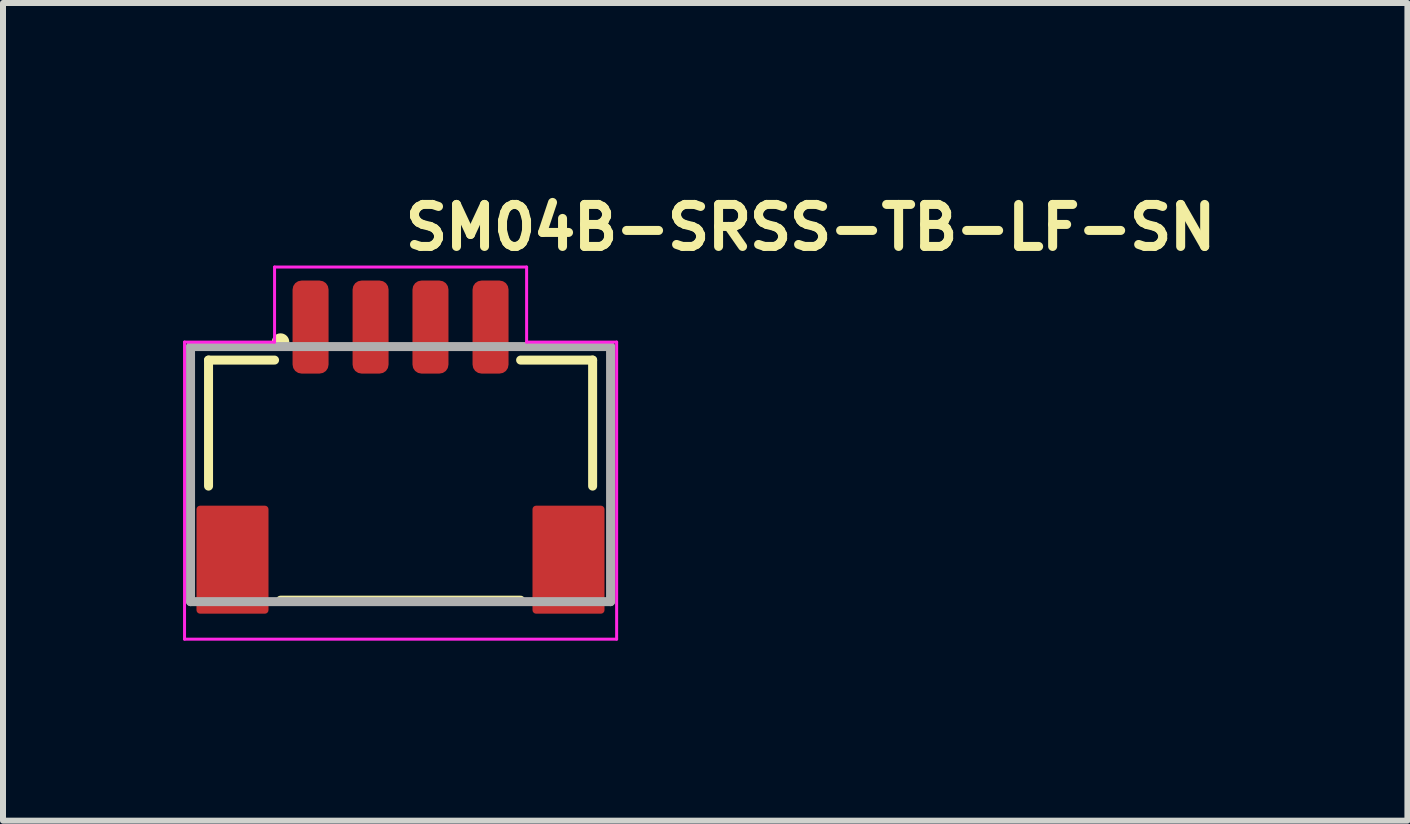
<source format=kicad_pcb>
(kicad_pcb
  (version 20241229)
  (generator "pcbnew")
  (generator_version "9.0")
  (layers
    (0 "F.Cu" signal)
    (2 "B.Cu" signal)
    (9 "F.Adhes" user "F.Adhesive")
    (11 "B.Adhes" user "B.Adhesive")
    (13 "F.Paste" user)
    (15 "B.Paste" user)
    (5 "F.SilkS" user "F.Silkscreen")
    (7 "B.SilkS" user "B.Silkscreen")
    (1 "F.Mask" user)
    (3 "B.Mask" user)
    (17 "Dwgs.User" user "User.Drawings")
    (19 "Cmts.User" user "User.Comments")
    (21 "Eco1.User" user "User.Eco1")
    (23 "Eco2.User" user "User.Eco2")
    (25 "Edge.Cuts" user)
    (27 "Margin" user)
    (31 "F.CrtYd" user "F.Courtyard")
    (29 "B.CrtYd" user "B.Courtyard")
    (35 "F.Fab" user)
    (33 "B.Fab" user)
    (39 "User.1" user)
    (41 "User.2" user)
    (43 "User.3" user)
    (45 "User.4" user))
  (footprint "SM04B-SRSS-TB-LF-SN"
    (layer "F.Cu")
    (at 3.625 4.85)
    (property "Reference" "SM04B-SRSS-TB-LF-SN" (at 0 -3.7 0) (layer "F.SilkS") (effects (font (size 0.7 0.7) (thickness 0.15)) (justify left bottom)))
    (attr smd)
    (fp_line (start -3.2 -1.9) (end -3.2 0.2) (stroke (width 0.15) (type solid)) (layer "F.SilkS"))
    (fp_line (start -2.1 -1.9) (end -3.2 -1.9) (stroke (width 0.15) (type solid)) (layer "F.SilkS"))
    (fp_line (start -2 2.101) (end 1.999 2.101) (stroke (width 0.15) (type solid)) (layer "F.SilkS"))
    (fp_line (start 2 -1.9) (end 3.2 -1.9) (stroke (width 0.15) (type solid)) (layer "F.SilkS"))
    (fp_line (start 3.2 -1.9) (end 3.2 0.2) (stroke (width 0.15) (type solid)) (layer "F.SilkS"))
    (fp_circle (center -2 -2.2) (end -1.95 -2.15) (stroke (width 0.15) (type solid)) (fill yes) (layer "F.SilkS"))
    (fp_line (start -3.6 -2.2) (end -2.1 -2.2) (stroke (width 0.05) (type solid)) (layer "F.CrtYd"))
    (fp_line (start -3.6 2.75) (end -3.6 -2.2) (stroke (width 0.05) (type solid)) (layer "F.CrtYd"))
    (fp_line (start -2.1 -3.45) (end 2.1 -3.45) (stroke (width 0.05) (type solid)) (layer "F.CrtYd"))
    (fp_line (start -2.1 -2.2) (end -2.1 -3.45) (stroke (width 0.05) (type solid)) (layer "F.CrtYd"))
    (fp_line (start 2.1 -3.45) (end 2.1 -2.2) (stroke (width 0.05) (type solid)) (layer "F.CrtYd"))
    (fp_line (start 2.1 -2.2) (end 3.6 -2.2) (stroke (width 0.05) (type solid)) (layer "F.CrtYd"))
    (fp_line (start 3.6 -2.2) (end 3.6 2.75) (stroke (width 0.05) (type solid)) (layer "F.CrtYd"))
    (fp_line (start 3.6 2.75) (end -3.6 2.75) (stroke (width 0.05) (type solid)) (layer "F.CrtYd"))
    (fp_line (start -3.5 2.125) (end -3.5 -2.125) (stroke (width 0.15) (type solid)) (layer "F.Fab"))
    (fp_line (start -3.5 2.125) (end 3.499 2.125) (stroke (width 0.15) (type solid)) (layer "F.Fab"))
    (fp_line (start 3.499 -2.125) (end -3.5 -2.125) (stroke (width 0.15) (type solid)) (layer "F.Fab"))
    (fp_line (start 3.499 -2.125) (end 3.499 2.125) (stroke (width 0.15) (type solid)) (layer "F.Fab"))
    (fp_rect (start -3 -2.476) (end 2.999 2.475) (stroke (width 0.1) (type solid)) (fill no) (layer "User.5"))
    (fp_line (start -3 -1.776) (end -3 -1.226) (stroke (width 0.02) (type solid)) (layer "User.9"))
    (fp_line (start -3 -1.226) (end -3 -0.576) (stroke (width 0.02) (type solid)) (layer "User.9"))
    (fp_line (start -3 -0.576) (end -3 -0.373) (stroke (width 0.02) (type solid)) (layer "User.9"))
    (fp_line (start -3 -0.373) (end -3 2.475) (stroke (width 0.02) (type solid)) (layer "User.9"))
    (fp_line (start -3 2.475) (end -2.761 2.475) (stroke (width 0.02) (type solid)) (layer "User.9"))
    (fp_line (start -2.761 -0.373) (end -3 -0.373) (stroke (width 0.02) (type solid)) (layer "User.9"))
    (fp_line (start -2.761 -0.288) (end -2.761 -0.373) (stroke (width 0.02) (type solid)) (layer "User.9"))
    (fp_line (start -2.761 2.475) (end -2.761 -0.288) (stroke (width 0.02) (type solid)) (layer "User.9"))
    (fp_line (start -2.761 2.475) (end 2.758 2.475) (stroke (width 0.02) (type solid)) (layer "User.9"))
    (fp_line (start -2.5 -1.776) (end -3 -1.776) (stroke (width 0.02) (type solid)) (layer "User.9"))
    (fp_line (start -2.5 -1.776) (end -1.801 -1.776) (stroke (width 0.02) (type solid)) (layer "User.9"))
    (fp_line (start -2.5 -1.226) (end -3 -1.226) (stroke (width 0.02) (type solid)) (layer "User.9"))
    (fp_line (start -2.5 -1.226) (end -2.5 -1.776) (stroke (width 0.02) (type solid)) (layer "User.9"))
    (fp_line (start -2.5 -1.226) (end -2.5 -0.288) (stroke (width 0.02) (type solid)) (layer "User.9"))
    (fp_line (start -2.5 -1.226) (end 2.499 -1.226) (stroke (width 0.02) (type solid)) (layer "User.9"))
    (fp_line (start -2.5 -0.576) (end -3 -0.576) (stroke (width 0.02) (type solid)) (layer "User.9"))
    (fp_line (start -2.5 -0.288) (end -2.761 -0.288) (stroke (width 0.02) (type solid)) (layer "User.9"))
    (fp_line (start -1.601 -2.476) (end -1.601 -2.476) (stroke (width 0.02) (type solid)) (layer "User.9"))
    (fp_line (start -1.601 -2.476) (end -1.601 -2.375) (stroke (width 0.02) (type solid)) (layer "User.9"))
    (fp_line (start -1.601 -2.476) (end -1.601 -2.375) (stroke (width 0.02) (type solid)) (layer "User.9"))
    (fp_line (start -1.601 -2.375) (end -1.601 -2.476) (stroke (width 0.02) (type solid)) (layer "User.9"))
    (fp_line (start -1.601 -2.375) (end -1.601 -1.996) (stroke (width 0.02) (type solid)) (layer "User.9"))
    (fp_line (start -1.601 -1.996) (end -1.601 -1.605) (stroke (width 0.02) (type solid)) (layer "User.9"))
    (fp_line (start -1.601 -1.605) (end -1.601 -1.575) (stroke (width 0.02) (type solid)) (layer "User.9"))
    (fp_line (start -1.601 -1.575) (end -1.801 -1.776) (stroke (width 0.02) (type solid)) (layer "User.9"))
    (fp_line (start -1.601 -1.575) (end -1.601 -1.226) (stroke (width 0.02) (type solid)) (layer "User.9"))
    (fp_line (start -1.601 -1.476) (end -1.601 -1.327) (stroke (width 0.02) (type solid)) (layer "User.9"))
    (fp_line (start -1.401 -2.476) (end -1.601 -2.476) (stroke (width 0.02) (type solid)) (layer "User.9"))
    (fp_line (start -1.401 -2.476) (end -1.401 -2.476) (stroke (width 0.02) (type solid)) (layer "User.9"))
    (fp_line (start -1.401 -2.476) (end -1.401 -2.375) (stroke (width 0.02) (type solid)) (layer "User.9"))
    (fp_line (start -1.401 -2.476) (end -1.401 -2.375) (stroke (width 0.02) (type solid)) (layer "User.9"))
    (fp_line (start -1.401 -2.375) (end -1.401 -2.476) (stroke (width 0.02) (type solid)) (layer "User.9"))
    (fp_line (start -1.401 -2.375) (end -1.401 -1.996) (stroke (width 0.02) (type solid)) (layer "User.9"))
    (fp_line (start -1.401 -1.996) (end -1.601 -1.996) (stroke (width 0.02) (type solid)) (layer "User.9"))
    (fp_line (start -1.401 -1.996) (end -1.401 -1.605) (stroke (width 0.02) (type solid)) (layer "User.9"))
    (fp_line (start -1.401 -1.605) (end -1.401 -1.575) (stroke (width 0.02) (type solid)) (layer "User.9"))
    (fp_line (start -1.401 -1.575) (end -1.601 -1.575) (stroke (width 0.02) (type solid)) (layer "User.9"))
    (fp_line (start -1.401 -1.575) (end -1.401 -1.226) (stroke (width 0.02) (type solid)) (layer "User.9"))
    (fp_line (start -1.401 -1.476) (end -1.401 -1.327) (stroke (width 0.02) (type solid)) (layer "User.9"))
    (fp_line (start -1.2 -1.776) (end -1.401 -1.575) (stroke (width 0.02) (type solid)) (layer "User.9"))
    (fp_line (start -1.2 -1.776) (end -0.802 -1.776) (stroke (width 0.02) (type solid)) (layer "User.9"))
    (fp_line (start -0.6 -2.476) (end -0.6 -2.476) (stroke (width 0.02) (type solid)) (layer "User.9"))
    (fp_line (start -0.6 -2.476) (end -0.6 -2.375) (stroke (width 0.02) (type solid)) (layer "User.9"))
    (fp_line (start -0.6 -2.476) (end -0.6 -2.375) (stroke (width 0.02) (type solid)) (layer "User.9"))
    (fp_line (start -0.6 -2.375) (end -0.6 -2.476) (stroke (width 0.02) (type solid)) (layer "User.9"))
    (fp_line (start -0.6 -2.375) (end -0.6 -1.996) (stroke (width 0.02) (type solid)) (layer "User.9"))
    (fp_line (start -0.6 -1.996) (end -0.6 -1.605) (stroke (width 0.02) (type solid)) (layer "User.9"))
    (fp_line (start -0.6 -1.605) (end -0.6 -1.575) (stroke (width 0.02) (type solid)) (layer "User.9"))
    (fp_line (start -0.6 -1.575) (end -0.802 -1.776) (stroke (width 0.02) (type solid)) (layer "User.9"))
    (fp_line (start -0.6 -1.575) (end -0.6 -1.226) (stroke (width 0.02) (type solid)) (layer "User.9"))
    (fp_line (start -0.6 -1.476) (end -0.6 -1.327) (stroke (width 0.02) (type solid)) (layer "User.9"))
    (fp_line (start -0.402 -2.476) (end -0.6 -2.476) (stroke (width 0.02) (type solid)) (layer "User.9"))
    (fp_line (start -0.402 -2.476) (end -0.402 -2.476) (stroke (width 0.02) (type solid)) (layer "User.9"))
    (fp_line (start -0.402 -2.476) (end -0.402 -2.375) (stroke (width 0.02) (type solid)) (layer "User.9"))
    (fp_line (start -0.402 -2.476) (end -0.402 -2.375) (stroke (width 0.02) (type solid)) (layer "User.9"))
    (fp_line (start -0.402 -2.375) (end -0.402 -2.476) (stroke (width 0.02) (type solid)) (layer "User.9"))
    (fp_line (start -0.402 -2.375) (end -0.402 -1.996) (stroke (width 0.02) (type solid)) (layer "User.9"))
    (fp_line (start -0.402 -1.996) (end -0.6 -1.996) (stroke (width 0.02) (type solid)) (layer "User.9"))
    (fp_line (start -0.402 -1.996) (end -0.402 -1.605) (stroke (width 0.02) (type solid)) (layer "User.9"))
    (fp_line (start -0.402 -1.605) (end -0.402 -1.575) (stroke (width 0.02) (type solid)) (layer "User.9"))
    (fp_line (start -0.402 -1.575) (end -0.6 -1.575) (stroke (width 0.02) (type solid)) (layer "User.9"))
    (fp_line (start -0.402 -1.575) (end -0.402 -1.226) (stroke (width 0.02) (type solid)) (layer "User.9"))
    (fp_line (start -0.402 -1.476) (end -0.402 -1.327) (stroke (width 0.02) (type solid)) (layer "User.9"))
    (fp_line (start -0.202 -1.776) (end -0.402 -1.575) (stroke (width 0.02) (type solid)) (layer "User.9"))
    (fp_line (start -0.202 -1.776) (end 0.2 -1.776) (stroke (width 0.02) (type solid)) (layer "User.9"))
    (fp_line (start 0.4 -2.476) (end 0.4 -2.476) (stroke (width 0.02) (type solid)) (layer "User.9"))
    (fp_line (start 0.4 -2.476) (end 0.4 -2.375) (stroke (width 0.02) (type solid)) (layer "User.9"))
    (fp_line (start 0.4 -2.476) (end 0.4 -2.375) (stroke (width 0.02) (type solid)) (layer "User.9"))
    (fp_line (start 0.4 -2.375) (end 0.4 -2.476) (stroke (width 0.02) (type solid)) (layer "User.9"))
    (fp_line (start 0.4 -2.375) (end 0.4 -1.996) (stroke (width 0.02) (type solid)) (layer "User.9"))
    (fp_line (start 0.4 -1.996) (end 0.4 -1.605) (stroke (width 0.02) (type solid)) (layer "User.9"))
    (fp_line (start 0.4 -1.605) (end 0.4 -1.575) (stroke (width 0.02) (type solid)) (layer "User.9"))
    (fp_line (start 0.4 -1.575) (end 0.2 -1.776) (stroke (width 0.02) (type solid)) (layer "User.9"))
    (fp_line (start 0.4 -1.575) (end 0.4 -1.226) (stroke (width 0.02) (type solid)) (layer "User.9"))
    (fp_line (start 0.4 -1.476) (end 0.4 -1.327) (stroke (width 0.02) (type solid)) (layer "User.9"))
    (fp_line (start 0.598 -2.476) (end 0.4 -2.476) (stroke (width 0.02) (type solid)) (layer "User.9"))
    (fp_line (start 0.598 -2.476) (end 0.598 -2.476) (stroke (width 0.02) (type solid)) (layer "User.9"))
    (fp_line (start 0.598 -2.476) (end 0.598 -2.375) (stroke (width 0.02) (type solid)) (layer "User.9"))
    (fp_line (start 0.598 -2.476) (end 0.598 -2.375) (stroke (width 0.02) (type solid)) (layer "User.9"))
    (fp_line (start 0.598 -2.375) (end 0.598 -2.476) (stroke (width 0.02) (type solid)) (layer "User.9"))
    (fp_line (start 0.598 -2.375) (end 0.598 -1.996) (stroke (width 0.02) (type solid)) (layer "User.9"))
    (fp_line (start 0.598 -1.996) (end 0.4 -1.996) (stroke (width 0.02) (type solid)) (layer "User.9"))
    (fp_line (start 0.598 -1.996) (end 0.598 -1.605) (stroke (width 0.02) (type solid)) (layer "User.9"))
    (fp_line (start 0.598 -1.605) (end 0.598 -1.575) (stroke (width 0.02) (type solid)) (layer "User.9"))
    (fp_line (start 0.598 -1.575) (end 0.4 -1.575) (stroke (width 0.02) (type solid)) (layer "User.9"))
    (fp_line (start 0.598 -1.575) (end 0.598 -1.226) (stroke (width 0.02) (type solid)) (layer "User.9"))
    (fp_line (start 0.598 -1.476) (end 0.598 -1.327) (stroke (width 0.02) (type solid)) (layer "User.9"))
    (fp_line (start 0.8 -1.776) (end 0.598 -1.575) (stroke (width 0.02) (type solid)) (layer "User.9"))
    (fp_line (start 0.8 -1.776) (end 1.199 -1.776) (stroke (width 0.02) (type solid)) (layer "User.9"))
    (fp_line (start 1.398 -2.476) (end 1.398 -2.476) (stroke (width 0.02) (type solid)) (layer "User.9"))
    (fp_line (start 1.398 -2.476) (end 1.398 -2.375) (stroke (width 0.02) (type solid)) (layer "User.9"))
    (fp_line (start 1.398 -2.476) (end 1.398 -2.375) (stroke (width 0.02) (type solid)) (layer "User.9"))
    (fp_line (start 1.398 -2.375) (end 1.398 -2.476) (stroke (width 0.02) (type solid)) (layer "User.9"))
    (fp_line (start 1.398 -2.375) (end 1.398 -1.996) (stroke (width 0.02) (type solid)) (layer "User.9"))
    (fp_line (start 1.398 -1.996) (end 1.398 -1.605) (stroke (width 0.02) (type solid)) (layer "User.9"))
    (fp_line (start 1.398 -1.605) (end 1.398 -1.575) (stroke (width 0.02) (type solid)) (layer "User.9"))
    (fp_line (start 1.398 -1.575) (end 1.199 -1.776) (stroke (width 0.02) (type solid)) (layer "User.9"))
    (fp_line (start 1.398 -1.575) (end 1.398 -1.226) (stroke (width 0.02) (type solid)) (layer "User.9"))
    (fp_line (start 1.398 -1.476) (end 1.398 -1.327) (stroke (width 0.02) (type solid)) (layer "User.9"))
    (fp_line (start 1.6 -2.476) (end 1.398 -2.476) (stroke (width 0.02) (type solid)) (layer "User.9"))
    (fp_line (start 1.6 -2.476) (end 1.6 -2.476) (stroke (width 0.02) (type solid)) (layer "User.9"))
    (fp_line (start 1.6 -2.476) (end 1.6 -2.375) (stroke (width 0.02) (type solid)) (layer "User.9"))
    (fp_line (start 1.6 -2.476) (end 1.6 -2.375) (stroke (width 0.02) (type solid)) (layer "User.9"))
    (fp_line (start 1.6 -2.375) (end 1.6 -2.476) (stroke (width 0.02) (type solid)) (layer "User.9"))
    (fp_line (start 1.6 -2.375) (end 1.6 -1.996) (stroke (width 0.02) (type solid)) (layer "User.9"))
    (fp_line (start 1.6 -1.996) (end 1.398 -1.996) (stroke (width 0.02) (type solid)) (layer "User.9"))
    (fp_line (start 1.6 -1.996) (end 1.6 -1.605) (stroke (width 0.02) (type solid)) (layer "User.9"))
    (fp_line (start 1.6 -1.605) (end 1.6 -1.575) (stroke (width 0.02) (type solid)) (layer "User.9"))
    (fp_line (start 1.6 -1.575) (end 1.398 -1.575) (stroke (width 0.02) (type solid)) (layer "User.9"))
    (fp_line (start 1.6 -1.575) (end 1.6 -1.226) (stroke (width 0.02) (type solid)) (layer "User.9"))
    (fp_line (start 1.6 -1.476) (end 1.6 -1.327) (stroke (width 0.02) (type solid)) (layer "User.9"))
    (fp_line (start 1.8 -1.776) (end 1.6 -1.575) (stroke (width 0.02) (type solid)) (layer "User.9"))
    (fp_line (start 1.8 -1.776) (end 2.499 -1.776) (stroke (width 0.02) (type solid)) (layer "User.9"))
    (fp_line (start 2.499 -1.226) (end 2.499 -1.776) (stroke (width 0.02) (type solid)) (layer "User.9"))
    (fp_line (start 2.499 -1.226) (end 2.999 -1.226) (stroke (width 0.02) (type solid)) (layer "User.9"))
    (fp_line (start 2.499 -0.576) (end 2.999 -0.576) (stroke (width 0.02) (type solid)) (layer "User.9"))
    (fp_line (start 2.499 -0.288) (end 2.499 -1.226) (stroke (width 0.02) (type solid)) (layer "User.9"))
    (fp_line (start 2.758 -0.373) (end 2.999 -0.373) (stroke (width 0.02) (type solid)) (layer "User.9"))
    (fp_line (start 2.758 -0.288) (end 2.499 -0.288) (stroke (width 0.02) (type solid)) (layer "User.9"))
    (fp_line (start 2.758 -0.288) (end 2.758 -0.373) (stroke (width 0.02) (type solid)) (layer "User.9"))
    (fp_line (start 2.758 -0.288) (end 2.758 2.475) (stroke (width 0.02) (type solid)) (layer "User.9"))
    (fp_line (start 2.758 2.475) (end 2.999 2.475) (stroke (width 0.02) (type solid)) (layer "User.9"))
    (fp_line (start 2.999 -1.776) (end 2.499 -1.776) (stroke (width 0.02) (type solid)) (layer "User.9"))
    (fp_line (start 2.999 -1.226) (end 2.999 -1.776) (stroke (width 0.02) (type solid)) (layer "User.9"))
    (fp_line (start 2.999 -0.576) (end 2.999 -1.226) (stroke (width 0.02) (type solid)) (layer "User.9"))
    (fp_line (start 2.999 -0.576) (end 2.999 -0.373) (stroke (width 0.02) (type solid)) (layer "User.9"))
    (fp_line (start 2.999 -0.373) (end 2.999 2.475) (stroke (width 0.02) (type solid)) (layer "User.9"))
    (pad "1" smd roundrect (at -1.5 -2.45 180) (size 0.6 1.55) (layers "F.Cu" "F.Mask" "F.Paste") (roundrect_rratio 0.25))
    (pad "2" smd roundrect (at -0.5 -2.45 180) (size 0.6 1.55) (layers "F.Cu" "F.Mask" "F.Paste") (roundrect_rratio 0.25))
    (pad "3" smd roundrect (at 0.498 -2.45 180) (size 0.6 1.55) (layers "F.Cu" "F.Mask" "F.Paste") (roundrect_rratio 0.25))
    (pad "4" smd roundrect (at 1.499 -2.45 180) (size 0.6 1.55) (layers "F.Cu" "F.Mask" "F.Paste") (roundrect_rratio 0.25))
    (pad "S1" smd roundrect (at -2.801 1.426) (size 1.2 1.8) (layers "F.Cu" "F.Mask" "F.Paste") (roundrect_rratio 0.05))
    (pad "S2" smd roundrect (at 2.798 1.426) (size 1.2 1.8) (layers "F.Cu" "F.Mask" "F.Paste") (roundrect_rratio 0.05)))
  (gr_rect
    (start -3 -3)
    (end 20.402 10.625)
    (stroke (width 0.1) (type default))
    (fill no)
    (layer "Edge.Cuts")))
</source>
